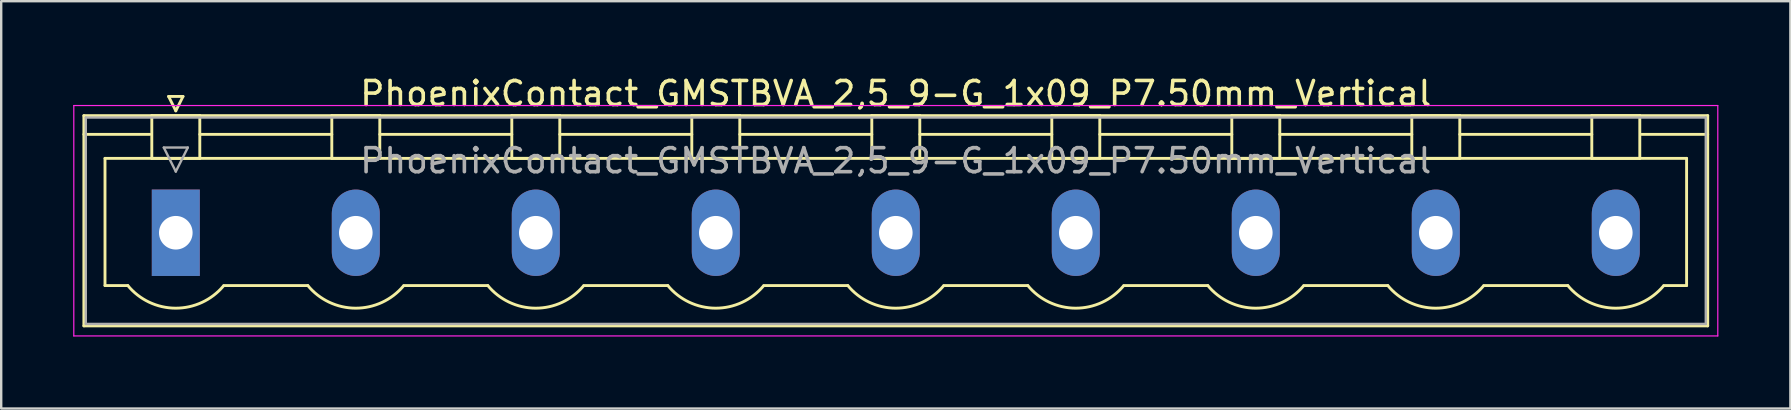
<source format=kicad_pcb>
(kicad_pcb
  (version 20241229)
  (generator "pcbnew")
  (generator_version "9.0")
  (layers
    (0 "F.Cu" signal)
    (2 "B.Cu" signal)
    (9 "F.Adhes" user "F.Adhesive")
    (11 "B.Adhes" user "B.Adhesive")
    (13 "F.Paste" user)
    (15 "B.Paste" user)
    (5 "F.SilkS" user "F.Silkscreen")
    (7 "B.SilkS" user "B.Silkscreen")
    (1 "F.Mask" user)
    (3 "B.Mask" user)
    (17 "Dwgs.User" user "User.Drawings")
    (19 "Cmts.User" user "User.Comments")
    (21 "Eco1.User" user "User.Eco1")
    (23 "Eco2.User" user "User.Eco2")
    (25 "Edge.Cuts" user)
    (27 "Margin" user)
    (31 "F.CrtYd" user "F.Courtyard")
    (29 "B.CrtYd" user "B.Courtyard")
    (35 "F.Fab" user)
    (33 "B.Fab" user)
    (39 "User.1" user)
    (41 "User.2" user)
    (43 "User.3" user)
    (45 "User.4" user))
  (footprint "PhoenixContact_GMSTBVA_2,5_9-G_1x09_P7.50mm_Vertical"
    (layer "F.Cu")
    (at 4.275 6.648)
    (property "Reference" "PhoenixContact_GMSTBVA_2,5_9-G_1x09_P7.50mm_Vertical" (at 30 -5.8 0) (layer "F.SilkS") (effects (font (size 1 1) (thickness 0.15))))
    (attr through_hole)
    (fp_line (start -3.83 -4.88) (end -3.83 3.88) (stroke (width 0.12) (type solid)) (layer "F.SilkS"))
    (fp_line (start -3.83 -4.1) (end -1.08 -4.1) (stroke (width 0.12) (type solid)) (layer "F.SilkS"))
    (fp_line (start -3.83 3.88) (end 63.83 3.88) (stroke (width 0.12) (type solid)) (layer "F.SilkS"))
    (fp_line (start -2.95 -3.1) (end 62.95 -3.1) (stroke (width 0.12) (type solid)) (layer "F.SilkS"))
    (fp_line (start -2.95 2.2) (end -2.95 -3.1) (stroke (width 0.12) (type solid)) (layer "F.SilkS"))
    (fp_line (start -2 2.2) (end -2.95 2.2) (stroke (width 0.12) (type solid)) (layer "F.SilkS"))
    (fp_line (start -1 -4.88) (end 1 -4.88) (stroke (width 0.12) (type solid)) (layer "F.SilkS"))
    (fp_line (start -1 -3.1) (end -1 -4.88) (stroke (width 0.12) (type solid)) (layer "F.SilkS"))
    (fp_line (start -0.3 -5.68) (end 0.3 -5.68) (stroke (width 0.12) (type solid)) (layer "F.SilkS"))
    (fp_line (start 0 -5.08) (end -0.3 -5.68) (stroke (width 0.12) (type solid)) (layer "F.SilkS"))
    (fp_line (start 0.3 -5.68) (end 0 -5.08) (stroke (width 0.12) (type solid)) (layer "F.SilkS"))
    (fp_line (start 1 -4.88) (end 1 -3.1) (stroke (width 0.12) (type solid)) (layer "F.SilkS"))
    (fp_line (start 1 -4.1) (end 6.5 -4.1) (stroke (width 0.12) (type solid)) (layer "F.SilkS"))
    (fp_line (start 1 -3.1) (end -1 -3.1) (stroke (width 0.12) (type solid)) (layer "F.SilkS"))
    (fp_line (start 2 2.2) (end 5.5 2.2) (stroke (width 0.12) (type solid)) (layer "F.SilkS"))
    (fp_line (start 6.5 -4.88) (end 8.5 -4.88) (stroke (width 0.12) (type solid)) (layer "F.SilkS"))
    (fp_line (start 6.5 -3.1) (end 6.5 -4.88) (stroke (width 0.12) (type solid)) (layer "F.SilkS"))
    (fp_line (start 8.5 -4.88) (end 8.5 -3.1) (stroke (width 0.12) (type solid)) (layer "F.SilkS"))
    (fp_line (start 8.5 -4.1) (end 14 -4.1) (stroke (width 0.12) (type solid)) (layer "F.SilkS"))
    (fp_line (start 8.5 -3.1) (end 6.5 -3.1) (stroke (width 0.12) (type solid)) (layer "F.SilkS"))
    (fp_line (start 9.5 2.2) (end 13 2.2) (stroke (width 0.12) (type solid)) (layer "F.SilkS"))
    (fp_line (start 14 -4.88) (end 16 -4.88) (stroke (width 0.12) (type solid)) (layer "F.SilkS"))
    (fp_line (start 14 -3.1) (end 14 -4.88) (stroke (width 0.12) (type solid)) (layer "F.SilkS"))
    (fp_line (start 16 -4.88) (end 16 -3.1) (stroke (width 0.12) (type solid)) (layer "F.SilkS"))
    (fp_line (start 16 -4.1) (end 21.5 -4.1) (stroke (width 0.12) (type solid)) (layer "F.SilkS"))
    (fp_line (start 16 -3.1) (end 14 -3.1) (stroke (width 0.12) (type solid)) (layer "F.SilkS"))
    (fp_line (start 17 2.2) (end 20.5 2.2) (stroke (width 0.12) (type solid)) (layer "F.SilkS"))
    (fp_line (start 21.5 -4.88) (end 23.5 -4.88) (stroke (width 0.12) (type solid)) (layer "F.SilkS"))
    (fp_line (start 21.5 -3.1) (end 21.5 -4.88) (stroke (width 0.12) (type solid)) (layer "F.SilkS"))
    (fp_line (start 23.5 -4.88) (end 23.5 -3.1) (stroke (width 0.12) (type solid)) (layer "F.SilkS"))
    (fp_line (start 23.5 -4.1) (end 29 -4.1) (stroke (width 0.12) (type solid)) (layer "F.SilkS"))
    (fp_line (start 23.5 -3.1) (end 21.5 -3.1) (stroke (width 0.12) (type solid)) (layer "F.SilkS"))
    (fp_line (start 24.5 2.2) (end 28 2.2) (stroke (width 0.12) (type solid)) (layer "F.SilkS"))
    (fp_line (start 29 -4.88) (end 31 -4.88) (stroke (width 0.12) (type solid)) (layer "F.SilkS"))
    (fp_line (start 29 -3.1) (end 29 -4.88) (stroke (width 0.12) (type solid)) (layer "F.SilkS"))
    (fp_line (start 31 -4.88) (end 31 -3.1) (stroke (width 0.12) (type solid)) (layer "F.SilkS"))
    (fp_line (start 31 -4.1) (end 36.5 -4.1) (stroke (width 0.12) (type solid)) (layer "F.SilkS"))
    (fp_line (start 31 -3.1) (end 29 -3.1) (stroke (width 0.12) (type solid)) (layer "F.SilkS"))
    (fp_line (start 32 2.2) (end 35.5 2.2) (stroke (width 0.12) (type solid)) (layer "F.SilkS"))
    (fp_line (start 36.5 -4.88) (end 38.5 -4.88) (stroke (width 0.12) (type solid)) (layer "F.SilkS"))
    (fp_line (start 36.5 -3.1) (end 36.5 -4.88) (stroke (width 0.12) (type solid)) (layer "F.SilkS"))
    (fp_line (start 38.5 -4.88) (end 38.5 -3.1) (stroke (width 0.12) (type solid)) (layer "F.SilkS"))
    (fp_line (start 38.5 -4.1) (end 44 -4.1) (stroke (width 0.12) (type solid)) (layer "F.SilkS"))
    (fp_line (start 38.5 -3.1) (end 36.5 -3.1) (stroke (width 0.12) (type solid)) (layer "F.SilkS"))
    (fp_line (start 39.5 2.2) (end 43 2.2) (stroke (width 0.12) (type solid)) (layer "F.SilkS"))
    (fp_line (start 44 -4.88) (end 46 -4.88) (stroke (width 0.12) (type solid)) (layer "F.SilkS"))
    (fp_line (start 44 -3.1) (end 44 -4.88) (stroke (width 0.12) (type solid)) (layer "F.SilkS"))
    (fp_line (start 46 -4.88) (end 46 -3.1) (stroke (width 0.12) (type solid)) (layer "F.SilkS"))
    (fp_line (start 46 -4.1) (end 51.5 -4.1) (stroke (width 0.12) (type solid)) (layer "F.SilkS"))
    (fp_line (start 46 -3.1) (end 44 -3.1) (stroke (width 0.12) (type solid)) (layer "F.SilkS"))
    (fp_line (start 47 2.2) (end 50.5 2.2) (stroke (width 0.12) (type solid)) (layer "F.SilkS"))
    (fp_line (start 51.5 -4.88) (end 53.5 -4.88) (stroke (width 0.12) (type solid)) (layer "F.SilkS"))
    (fp_line (start 51.5 -3.1) (end 51.5 -4.88) (stroke (width 0.12) (type solid)) (layer "F.SilkS"))
    (fp_line (start 53.5 -4.88) (end 53.5 -3.1) (stroke (width 0.12) (type solid)) (layer "F.SilkS"))
    (fp_line (start 53.5 -4.1) (end 59 -4.1) (stroke (width 0.12) (type solid)) (layer "F.SilkS"))
    (fp_line (start 53.5 -3.1) (end 51.5 -3.1) (stroke (width 0.12) (type solid)) (layer "F.SilkS"))
    (fp_line (start 54.5 2.2) (end 58 2.2) (stroke (width 0.12) (type solid)) (layer "F.SilkS"))
    (fp_line (start 59 -4.88) (end 61 -4.88) (stroke (width 0.12) (type solid)) (layer "F.SilkS"))
    (fp_line (start 59 -3.1) (end 59 -4.88) (stroke (width 0.12) (type solid)) (layer "F.SilkS"))
    (fp_line (start 61 -4.88) (end 61 -3.1) (stroke (width 0.12) (type solid)) (layer "F.SilkS"))
    (fp_line (start 61 -3.1) (end 59 -3.1) (stroke (width 0.12) (type solid)) (layer "F.SilkS"))
    (fp_line (start 62.95 -3.1) (end 62.95 2.2) (stroke (width 0.12) (type solid)) (layer "F.SilkS"))
    (fp_line (start 62.95 2.2) (end 62 2.2) (stroke (width 0.12) (type solid)) (layer "F.SilkS"))
    (fp_line (start 63.83 -4.88) (end -3.83 -4.88) (stroke (width 0.12) (type solid)) (layer "F.SilkS"))
    (fp_line (start 63.83 -4.1) (end 61.08 -4.1) (stroke (width 0.12) (type solid)) (layer "F.SilkS"))
    (fp_line (start 63.83 3.88) (end 63.83 -4.88) (stroke (width 0.12) (type solid)) (layer "F.SilkS"))
    (fp_arc (start 1.986842 2.215821) (mid -0.010289 3.142758) (end -2 2.2) (stroke (width 0.12) (type solid)) (layer "F.SilkS"))
    (fp_arc (start 9.486842 2.215821) (mid 7.489711 3.142758) (end 5.5 2.2) (stroke (width 0.12) (type solid)) (layer "F.SilkS"))
    (fp_arc (start 16.986842 2.215821) (mid 14.989711 3.142758) (end 13 2.2) (stroke (width 0.12) (type solid)) (layer "F.SilkS"))
    (fp_arc (start 24.486842 2.215821) (mid 22.489711 3.142758) (end 20.5 2.2) (stroke (width 0.12) (type solid)) (layer "F.SilkS"))
    (fp_arc (start 31.986842 2.215821) (mid 29.989711 3.142758) (end 28 2.2) (stroke (width 0.12) (type solid)) (layer "F.SilkS"))
    (fp_arc (start 39.486842 2.215821) (mid 37.489711 3.142758) (end 35.5 2.2) (stroke (width 0.12) (type solid)) (layer "F.SilkS"))
    (fp_arc (start 46.986842 2.215821) (mid 44.989711 3.142758) (end 43 2.2) (stroke (width 0.12) (type solid)) (layer "F.SilkS"))
    (fp_arc (start 54.486842 2.215821) (mid 52.489711 3.142758) (end 50.5 2.2) (stroke (width 0.12) (type solid)) (layer "F.SilkS"))
    (fp_arc (start 61.986842 2.215821) (mid 59.989711 3.142758) (end 58 2.2) (stroke (width 0.12) (type solid)) (layer "F.SilkS"))
    (fp_line (start -4.25 -5.3) (end -4.25 4.3) (stroke (width 0.05) (type solid)) (layer "F.CrtYd"))
    (fp_line (start -4.25 4.3) (end 64.25 4.3) (stroke (width 0.05) (type solid)) (layer "F.CrtYd"))
    (fp_line (start 64.25 -5.3) (end -4.25 -5.3) (stroke (width 0.05) (type solid)) (layer "F.CrtYd"))
    (fp_line (start 64.25 4.3) (end 64.25 -5.3) (stroke (width 0.05) (type solid)) (layer "F.CrtYd"))
    (fp_line (start -3.75 -4.8) (end -3.75 3.8) (stroke (width 0.1) (type solid)) (layer "F.Fab"))
    (fp_line (start -3.75 3.8) (end 63.75 3.8) (stroke (width 0.1) (type solid)) (layer "F.Fab"))
    (fp_line (start -0.5 -3.55) (end 0.5 -3.55) (stroke (width 0.1) (type solid)) (layer "F.Fab"))
    (fp_line (start 0 -2.55) (end -0.5 -3.55) (stroke (width 0.1) (type solid)) (layer "F.Fab"))
    (fp_line (start 0.5 -3.55) (end 0 -2.55) (stroke (width 0.1) (type solid)) (layer "F.Fab"))
    (fp_line (start 63.75 -4.8) (end -3.75 -4.8) (stroke (width 0.1) (type solid)) (layer "F.Fab"))
    (fp_line (start 63.75 3.8) (end 63.75 -4.8) (stroke (width 0.1) (type solid)) (layer "F.Fab"))
    (fp_text user "${REFERENCE}" (at 30 -3 0) (layer "F.Fab") (effects (font (size 1 1) (thickness 0.15))))
    (pad "1" thru_hole rect (at 0 0) (size 2 3.6) (drill 1.4) (layers "*.Cu" "*.Mask"))
    (pad "2" thru_hole oval (at 7.5 0) (size 2 3.6) (drill 1.4) (layers "*.Cu" "*.Mask"))
    (pad "3" thru_hole oval (at 15 0) (size 2 3.6) (drill 1.4) (layers "*.Cu" "*.Mask"))
    (pad "4" thru_hole oval (at 22.5 0) (size 2 3.6) (drill 1.4) (layers "*.Cu" "*.Mask"))
    (pad "5" thru_hole oval (at 30 0) (size 2 3.6) (drill 1.4) (layers "*.Cu" "*.Mask"))
    (pad "6" thru_hole oval (at 37.5 0) (size 2 3.6) (drill 1.4) (layers "*.Cu" "*.Mask"))
    (pad "7" thru_hole oval (at 45 0) (size 2 3.6) (drill 1.4) (layers "*.Cu" "*.Mask"))
    (pad "8" thru_hole oval (at 52.5 0) (size 2 3.6) (drill 1.4) (layers "*.Cu" "*.Mask"))
    (pad "9" thru_hole oval (at 60 0) (size 2 3.6) (drill 1.4) (layers "*.Cu" "*.Mask")))
  (gr_rect
    (start -3 -3)
    (end 71.55 13.973)
    (stroke (width 0.1) (type default))
    (fill no)
    (layer "Edge.Cuts")))
</source>
